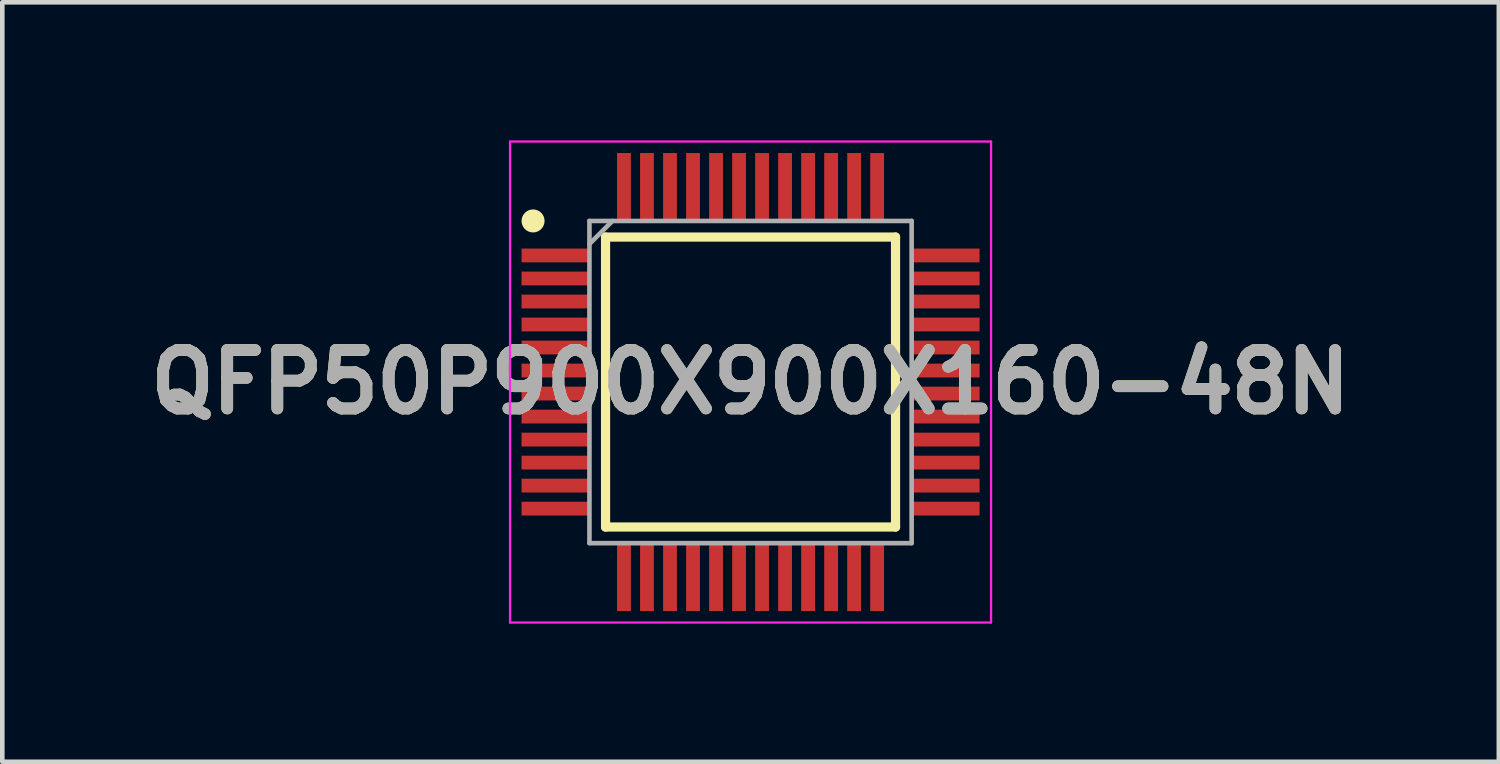
<source format=kicad_pcb>
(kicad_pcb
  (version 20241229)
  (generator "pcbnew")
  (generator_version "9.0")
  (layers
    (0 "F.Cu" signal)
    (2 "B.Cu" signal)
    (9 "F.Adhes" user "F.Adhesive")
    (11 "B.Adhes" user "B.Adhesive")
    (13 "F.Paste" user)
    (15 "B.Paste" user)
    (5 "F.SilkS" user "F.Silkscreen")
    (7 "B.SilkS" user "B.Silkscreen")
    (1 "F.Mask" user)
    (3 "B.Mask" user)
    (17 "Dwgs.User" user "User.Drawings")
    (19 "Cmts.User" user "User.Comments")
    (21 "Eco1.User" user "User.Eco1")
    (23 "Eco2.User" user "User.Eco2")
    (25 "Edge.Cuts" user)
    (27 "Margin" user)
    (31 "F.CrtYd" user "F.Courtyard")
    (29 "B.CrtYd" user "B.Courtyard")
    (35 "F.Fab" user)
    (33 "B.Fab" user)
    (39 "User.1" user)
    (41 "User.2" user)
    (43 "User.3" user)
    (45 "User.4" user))
  (footprint "QFP50P900X900X160-48N"
    (layer "F.Cu")
    (at 13.256 5.25)
    (property "Reference" "QFP50P900X900X160-48N" (at 0 0 0) (layer "F.SilkS") (effects (font (size 1.27 1.27) (thickness 0.254))))
    (attr smd)
    (fp_line (start -3.15 -3.15) (end 3.15 -3.15) (stroke (width 0.2) (type solid)) (layer "F.SilkS"))
    (fp_line (start -3.15 3.15) (end -3.15 -3.15) (stroke (width 0.2) (type solid)) (layer "F.SilkS"))
    (fp_line (start 3.15 -3.15) (end 3.15 3.15) (stroke (width 0.2) (type solid)) (layer "F.SilkS"))
    (fp_line (start 3.15 3.15) (end -3.15 3.15) (stroke (width 0.2) (type solid)) (layer "F.SilkS"))
    (fp_circle (center -4.725 -3.5) (end -4.725 -3.375) (stroke (width 0.25) (type solid)) (fill no) (layer "F.SilkS"))
    (fp_line (start -5.225 -5.225) (end 5.225 -5.225) (stroke (width 0.05) (type solid)) (layer "F.CrtYd"))
    (fp_line (start -5.225 5.225) (end -5.225 -5.225) (stroke (width 0.05) (type solid)) (layer "F.CrtYd"))
    (fp_line (start 5.225 -5.225) (end 5.225 5.225) (stroke (width 0.05) (type solid)) (layer "F.CrtYd"))
    (fp_line (start 5.225 5.225) (end -5.225 5.225) (stroke (width 0.05) (type solid)) (layer "F.CrtYd"))
    (fp_line (start -3.5 -3.5) (end 3.5 -3.5) (stroke (width 0.1) (type solid)) (layer "F.Fab"))
    (fp_line (start -3.5 -3) (end -3 -3.5) (stroke (width 0.1) (type solid)) (layer "F.Fab"))
    (fp_line (start -3.5 3.5) (end -3.5 -3.5) (stroke (width 0.1) (type solid)) (layer "F.Fab"))
    (fp_line (start 3.5 -3.5) (end 3.5 3.5) (stroke (width 0.1) (type solid)) (layer "F.Fab"))
    (fp_line (start 3.5 3.5) (end -3.5 3.5) (stroke (width 0.1) (type solid)) (layer "F.Fab"))
    (fp_text user "${REFERENCE}" (at 0 0 0) (layer "F.Fab") (effects (font (size 1.27 1.27) (thickness 0.254))))
    (pad "1" smd rect (at -4.238 -2.75 90) (size 0.3 1.475) (layers "F.Cu" "F.Mask" "F.Paste"))
    (pad "2" smd rect (at -4.238 -2.25 90) (size 0.3 1.475) (layers "F.Cu" "F.Mask" "F.Paste"))
    (pad "3" smd rect (at -4.238 -1.75 90) (size 0.3 1.475) (layers "F.Cu" "F.Mask" "F.Paste"))
    (pad "4" smd rect (at -4.238 -1.25 90) (size 0.3 1.475) (layers "F.Cu" "F.Mask" "F.Paste"))
    (pad "5" smd rect (at -4.238 -0.75 90) (size 0.3 1.475) (layers "F.Cu" "F.Mask" "F.Paste"))
    (pad "6" smd rect (at -4.238 -0.25 90) (size 0.3 1.475) (layers "F.Cu" "F.Mask" "F.Paste"))
    (pad "7" smd rect (at -4.238 0.25 90) (size 0.3 1.475) (layers "F.Cu" "F.Mask" "F.Paste"))
    (pad "8" smd rect (at -4.238 0.75 90) (size 0.3 1.475) (layers "F.Cu" "F.Mask" "F.Paste"))
    (pad "9" smd rect (at -4.238 1.25 90) (size 0.3 1.475) (layers "F.Cu" "F.Mask" "F.Paste"))
    (pad "10" smd rect (at -4.238 1.75 90) (size 0.3 1.475) (layers "F.Cu" "F.Mask" "F.Paste"))
    (pad "11" smd rect (at -4.238 2.25 90) (size 0.3 1.475) (layers "F.Cu" "F.Mask" "F.Paste"))
    (pad "12" smd rect (at -4.238 2.75 90) (size 0.3 1.475) (layers "F.Cu" "F.Mask" "F.Paste"))
    (pad "13" smd rect (at -2.75 4.238) (size 0.3 1.475) (layers "F.Cu" "F.Mask" "F.Paste"))
    (pad "14" smd rect (at -2.25 4.238) (size 0.3 1.475) (layers "F.Cu" "F.Mask" "F.Paste"))
    (pad "15" smd rect (at -1.75 4.238) (size 0.3 1.475) (layers "F.Cu" "F.Mask" "F.Paste"))
    (pad "16" smd rect (at -1.25 4.238) (size 0.3 1.475) (layers "F.Cu" "F.Mask" "F.Paste"))
    (pad "17" smd rect (at -0.75 4.238) (size 0.3 1.475) (layers "F.Cu" "F.Mask" "F.Paste"))
    (pad "18" smd rect (at -0.25 4.238) (size 0.3 1.475) (layers "F.Cu" "F.Mask" "F.Paste"))
    (pad "19" smd rect (at 0.25 4.238) (size 0.3 1.475) (layers "F.Cu" "F.Mask" "F.Paste"))
    (pad "20" smd rect (at 0.75 4.238) (size 0.3 1.475) (layers "F.Cu" "F.Mask" "F.Paste"))
    (pad "21" smd rect (at 1.25 4.238) (size 0.3 1.475) (layers "F.Cu" "F.Mask" "F.Paste"))
    (pad "22" smd rect (at 1.75 4.238) (size 0.3 1.475) (layers "F.Cu" "F.Mask" "F.Paste"))
    (pad "23" smd rect (at 2.25 4.238) (size 0.3 1.475) (layers "F.Cu" "F.Mask" "F.Paste"))
    (pad "24" smd rect (at 2.75 4.238) (size 0.3 1.475) (layers "F.Cu" "F.Mask" "F.Paste"))
    (pad "25" smd rect (at 4.238 2.75 90) (size 0.3 1.475) (layers "F.Cu" "F.Mask" "F.Paste"))
    (pad "26" smd rect (at 4.238 2.25 90) (size 0.3 1.475) (layers "F.Cu" "F.Mask" "F.Paste"))
    (pad "27" smd rect (at 4.238 1.75 90) (size 0.3 1.475) (layers "F.Cu" "F.Mask" "F.Paste"))
    (pad "28" smd rect (at 4.238 1.25 90) (size 0.3 1.475) (layers "F.Cu" "F.Mask" "F.Paste"))
    (pad "29" smd rect (at 4.238 0.75 90) (size 0.3 1.475) (layers "F.Cu" "F.Mask" "F.Paste"))
    (pad "30" smd rect (at 4.238 0.25 90) (size 0.3 1.475) (layers "F.Cu" "F.Mask" "F.Paste"))
    (pad "31" smd rect (at 4.238 -0.25 90) (size 0.3 1.475) (layers "F.Cu" "F.Mask" "F.Paste"))
    (pad "32" smd rect (at 4.238 -0.75 90) (size 0.3 1.475) (layers "F.Cu" "F.Mask" "F.Paste"))
    (pad "33" smd rect (at 4.238 -1.25 90) (size 0.3 1.475) (layers "F.Cu" "F.Mask" "F.Paste"))
    (pad "34" smd rect (at 4.238 -1.75 90) (size 0.3 1.475) (layers "F.Cu" "F.Mask" "F.Paste"))
    (pad "35" smd rect (at 4.238 -2.25 90) (size 0.3 1.475) (layers "F.Cu" "F.Mask" "F.Paste"))
    (pad "36" smd rect (at 4.238 -2.75 90) (size 0.3 1.475) (layers "F.Cu" "F.Mask" "F.Paste"))
    (pad "37" smd rect (at 2.75 -4.238) (size 0.3 1.475) (layers "F.Cu" "F.Mask" "F.Paste"))
    (pad "38" smd rect (at 2.25 -4.238) (size 0.3 1.475) (layers "F.Cu" "F.Mask" "F.Paste"))
    (pad "39" smd rect (at 1.75 -4.238) (size 0.3 1.475) (layers "F.Cu" "F.Mask" "F.Paste"))
    (pad "40" smd rect (at 1.25 -4.238) (size 0.3 1.475) (layers "F.Cu" "F.Mask" "F.Paste"))
    (pad "41" smd rect (at 0.75 -4.238) (size 0.3 1.475) (layers "F.Cu" "F.Mask" "F.Paste"))
    (pad "42" smd rect (at 0.25 -4.238) (size 0.3 1.475) (layers "F.Cu" "F.Mask" "F.Paste"))
    (pad "43" smd rect (at -0.25 -4.238) (size 0.3 1.475) (layers "F.Cu" "F.Mask" "F.Paste"))
    (pad "44" smd rect (at -0.75 -4.238) (size 0.3 1.475) (layers "F.Cu" "F.Mask" "F.Paste"))
    (pad "45" smd rect (at -1.25 -4.238) (size 0.3 1.475) (layers "F.Cu" "F.Mask" "F.Paste"))
    (pad "46" smd rect (at -1.75 -4.238) (size 0.3 1.475) (layers "F.Cu" "F.Mask" "F.Paste"))
    (pad "47" smd rect (at -2.25 -4.238) (size 0.3 1.475) (layers "F.Cu" "F.Mask" "F.Paste"))
    (pad "48" smd rect (at -2.75 -4.238) (size 0.3 1.475) (layers "F.Cu" "F.Mask" "F.Paste")))
  (gr_rect
    (start -3 -3)
    (end 29.513 13.5)
    (stroke (width 0.1) (type default))
    (fill no)
    (layer "Edge.Cuts")))
</source>
